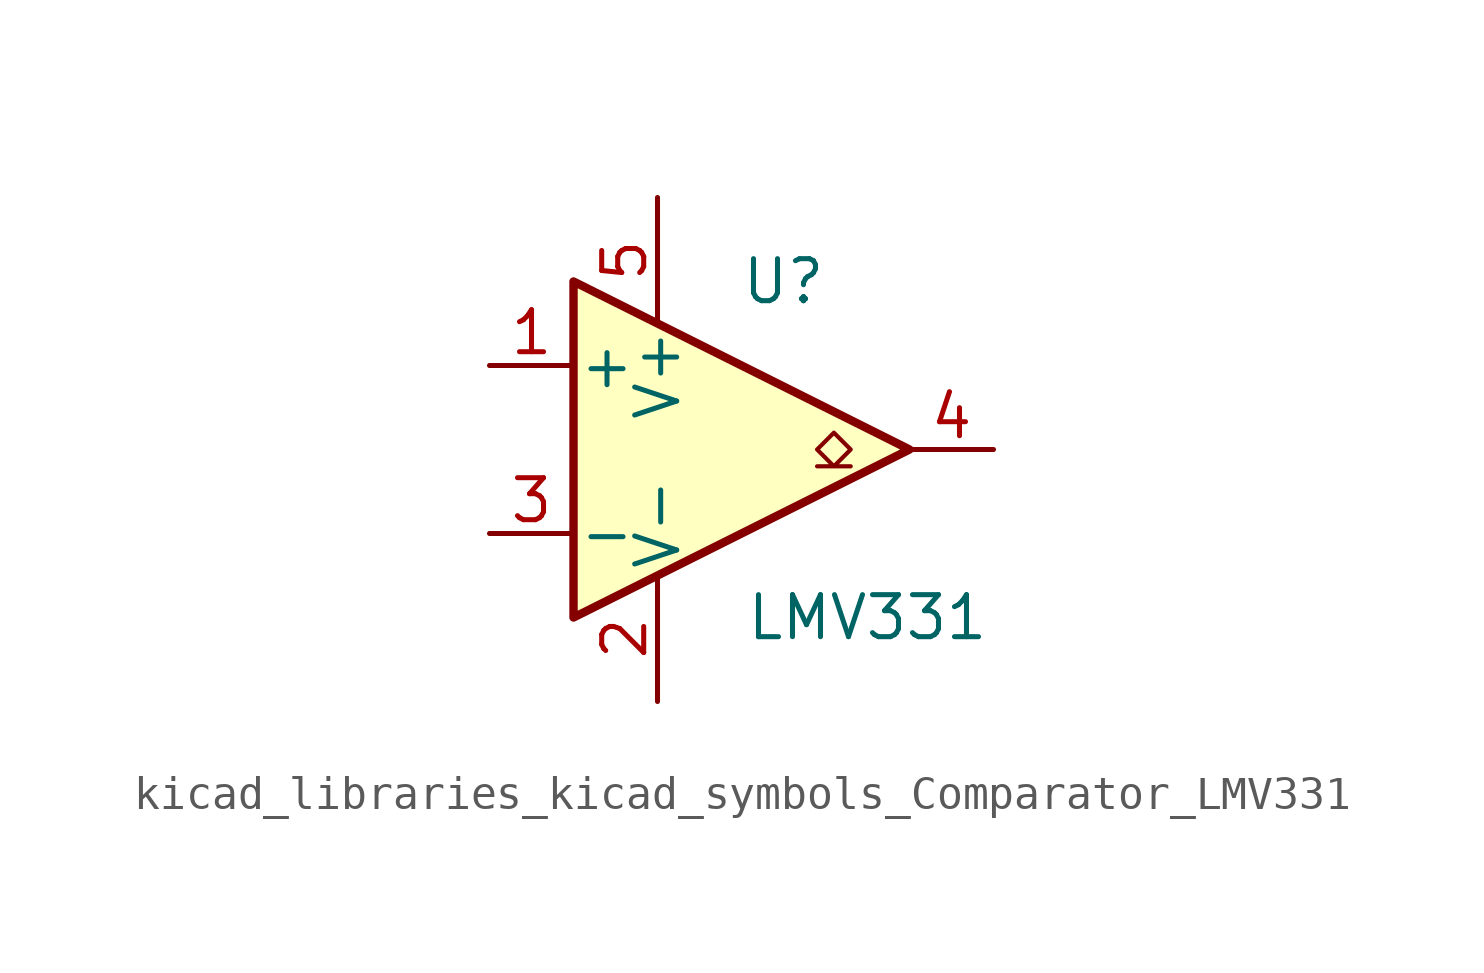
<source format=kicad_sym>
(kicad_symbol_lib
  (version 20220914)
  (generator kicad_symbol_editor)
  (symbol "kicad_libraries_kicad_symbols_Comparator_LMV331"
    (pin_names
      (offset 0.127))
    (property "Reference" "U"
      (at 1.27 5.08 0)
      (effects (font (size 1.27 1.27))))
    (property "Value" "LMV331"
      (at 3.81 -5.08 0)
      (effects (font (size 1.27 1.27))))
    (symbol "kicad_libraries_kicad_symbols_Comparator_LMV331_0_1"
      (polyline (pts (xy -5.08 5.08) (xy 5.08 0) (xy -5.08 -5.08) (xy -5.08 5.08)) (stroke (width 0.254) (type default)) (fill (type background)))
      (polyline (pts (xy 3.302 -0.508) (xy 2.794 -0.508) (xy 3.302 0) (xy 2.794 0.508) (xy 2.286 0) (xy 2.794 -0.508) (xy 2.286 -0.508)) (stroke (width 0.127) (type default)) (fill (type none))))
    (symbol "kicad_libraries_kicad_symbols_Comparator_LMV331_1_1"
      (pin input line (at -7.62 2.54 0) (length 2.54) (name "+" (effects (font (size 1.27 1.27)))) (number "1" (effects (font (size 1.27 1.27)))))
      (pin power_in line (at -2.54 -7.62 90) (length 3.81) (name "V-" (effects (font (size 1.27 1.27)))) (number "2" (effects (font (size 1.27 1.27)))))
      (pin input line (at -7.62 -2.54 0) (length 2.54) (name "-" (effects (font (size 1.27 1.27)))) (number "3" (effects (font (size 1.27 1.27)))))
      (pin open_collector line (at 7.62 0 180) (length 2.54) (name "~" (effects (font (size 1.27 1.27)))) (number "4" (effects (font (size 1.27 1.27)))))
      (pin power_in line (at -2.54 7.62 270) (length 3.81) (name "V+" (effects (font (size 1.27 1.27)))) (number "5" (effects (font (size 1.27 1.27))))))))
</source>
